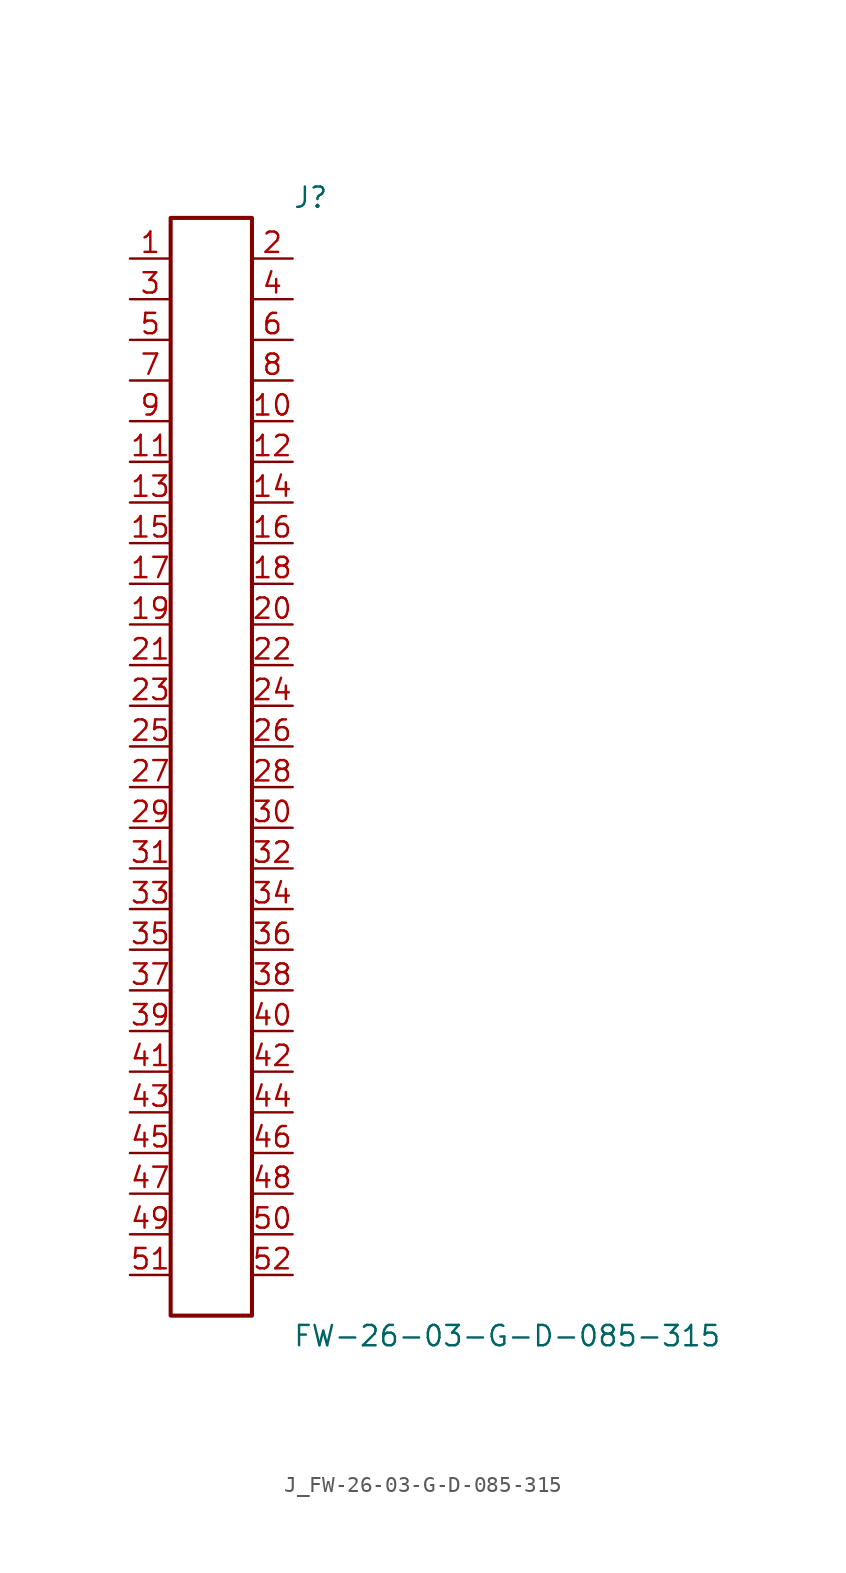
<source format=kicad_sym>
(kicad_symbol_lib
  (version 20231120)
  (generator kicad_symbol_editor)
  (generator_version 8.0)
  (symbol "J_FW-26-03-G-D-085-315"
    (pin_names
      (offset 0.254))
    (property "Reference" "J"
      (at 5.08 35.56 0)
      (effects (font (size 1.27 1.27)) (justify left)))
    (property "Value" "FW-26-03-G-D-085-315"
      (at 5.08 -35.56 0)
      (effects (font (size 1.27 1.27)) (justify left)))
    (symbol "J_FW-26-03-G-D-085-315_0_0"
      (pin unspecified line (at -5.08 31.75 0) (length 2.54) (name "" (effects (font (size 1.27 1.27)))) (number "1" (effects (font (size 1.27 1.27)))))
      (pin unspecified line (at 5.08 31.75 180) (length 2.54) (name "" (effects (font (size 1.27 1.27)))) (number "2" (effects (font (size 1.27 1.27)))))
      (pin unspecified line (at -5.08 29.21 0) (length 2.54) (name "" (effects (font (size 1.27 1.27)))) (number "3" (effects (font (size 1.27 1.27)))))
      (pin unspecified line (at 5.08 29.21 180) (length 2.54) (name "" (effects (font (size 1.27 1.27)))) (number "4" (effects (font (size 1.27 1.27)))))
      (pin unspecified line (at -5.08 26.67 0) (length 2.54) (name "" (effects (font (size 1.27 1.27)))) (number "5" (effects (font (size 1.27 1.27)))))
      (pin unspecified line (at 5.08 26.67 180) (length 2.54) (name "" (effects (font (size 1.27 1.27)))) (number "6" (effects (font (size 1.27 1.27)))))
      (pin unspecified line (at -5.08 24.13 0) (length 2.54) (name "" (effects (font (size 1.27 1.27)))) (number "7" (effects (font (size 1.27 1.27)))))
      (pin unspecified line (at 5.08 24.13 180) (length 2.54) (name "" (effects (font (size 1.27 1.27)))) (number "8" (effects (font (size 1.27 1.27)))))
      (pin unspecified line (at -5.08 21.59 0) (length 2.54) (name "" (effects (font (size 1.27 1.27)))) (number "9" (effects (font (size 1.27 1.27)))))
      (pin unspecified line (at 5.08 21.59 180) (length 2.54) (name "" (effects (font (size 1.27 1.27)))) (number "10" (effects (font (size 1.27 1.27)))))
      (pin unspecified line (at -5.08 19.05 0) (length 2.54) (name "" (effects (font (size 1.27 1.27)))) (number "11" (effects (font (size 1.27 1.27)))))
      (pin unspecified line (at 5.08 19.05 180) (length 2.54) (name "" (effects (font (size 1.27 1.27)))) (number "12" (effects (font (size 1.27 1.27)))))
      (pin unspecified line (at -5.08 16.51 0) (length 2.54) (name "" (effects (font (size 1.27 1.27)))) (number "13" (effects (font (size 1.27 1.27)))))
      (pin unspecified line (at 5.08 16.51 180) (length 2.54) (name "" (effects (font (size 1.27 1.27)))) (number "14" (effects (font (size 1.27 1.27)))))
      (pin unspecified line (at -5.08 13.97 0) (length 2.54) (name "" (effects (font (size 1.27 1.27)))) (number "15" (effects (font (size 1.27 1.27)))))
      (pin unspecified line (at 5.08 13.97 180) (length 2.54) (name "" (effects (font (size 1.27 1.27)))) (number "16" (effects (font (size 1.27 1.27)))))
      (pin unspecified line (at -5.08 11.43 0) (length 2.54) (name "" (effects (font (size 1.27 1.27)))) (number "17" (effects (font (size 1.27 1.27)))))
      (pin unspecified line (at 5.08 11.43 180) (length 2.54) (name "" (effects (font (size 1.27 1.27)))) (number "18" (effects (font (size 1.27 1.27)))))
      (pin unspecified line (at -5.08 8.89 0) (length 2.54) (name "" (effects (font (size 1.27 1.27)))) (number "19" (effects (font (size 1.27 1.27)))))
      (pin unspecified line (at 5.08 8.89 180) (length 2.54) (name "" (effects (font (size 1.27 1.27)))) (number "20" (effects (font (size 1.27 1.27)))))
      (pin unspecified line (at -5.08 6.35 0) (length 2.54) (name "" (effects (font (size 1.27 1.27)))) (number "21" (effects (font (size 1.27 1.27)))))
      (pin unspecified line (at 5.08 6.35 180) (length 2.54) (name "" (effects (font (size 1.27 1.27)))) (number "22" (effects (font (size 1.27 1.27)))))
      (pin unspecified line (at -5.08 3.81 0) (length 2.54) (name "" (effects (font (size 1.27 1.27)))) (number "23" (effects (font (size 1.27 1.27)))))
      (pin unspecified line (at 5.08 3.81 180) (length 2.54) (name "" (effects (font (size 1.27 1.27)))) (number "24" (effects (font (size 1.27 1.27)))))
      (pin unspecified line (at -5.08 1.27 0) (length 2.54) (name "" (effects (font (size 1.27 1.27)))) (number "25" (effects (font (size 1.27 1.27)))))
      (pin unspecified line (at 5.08 1.27 180) (length 2.54) (name "" (effects (font (size 1.27 1.27)))) (number "26" (effects (font (size 1.27 1.27)))))
      (pin unspecified line (at -5.08 -1.27 0) (length 2.54) (name "" (effects (font (size 1.27 1.27)))) (number "27" (effects (font (size 1.27 1.27)))))
      (pin unspecified line (at 5.08 -1.27 180) (length 2.54) (name "" (effects (font (size 1.27 1.27)))) (number "28" (effects (font (size 1.27 1.27)))))
      (pin unspecified line (at -5.08 -3.81 0) (length 2.54) (name "" (effects (font (size 1.27 1.27)))) (number "29" (effects (font (size 1.27 1.27)))))
      (pin unspecified line (at 5.08 -3.81 180) (length 2.54) (name "" (effects (font (size 1.27 1.27)))) (number "30" (effects (font (size 1.27 1.27)))))
      (pin unspecified line (at -5.08 -6.35 0) (length 2.54) (name "" (effects (font (size 1.27 1.27)))) (number "31" (effects (font (size 1.27 1.27)))))
      (pin unspecified line (at 5.08 -6.35 180) (length 2.54) (name "" (effects (font (size 1.27 1.27)))) (number "32" (effects (font (size 1.27 1.27)))))
      (pin unspecified line (at -5.08 -8.89 0) (length 2.54) (name "" (effects (font (size 1.27 1.27)))) (number "33" (effects (font (size 1.27 1.27)))))
      (pin unspecified line (at 5.08 -8.89 180) (length 2.54) (name "" (effects (font (size 1.27 1.27)))) (number "34" (effects (font (size 1.27 1.27)))))
      (pin unspecified line (at -5.08 -11.43 0) (length 2.54) (name "" (effects (font (size 1.27 1.27)))) (number "35" (effects (font (size 1.27 1.27)))))
      (pin unspecified line (at 5.08 -11.43 180) (length 2.54) (name "" (effects (font (size 1.27 1.27)))) (number "36" (effects (font (size 1.27 1.27)))))
      (pin unspecified line (at -5.08 -13.97 0) (length 2.54) (name "" (effects (font (size 1.27 1.27)))) (number "37" (effects (font (size 1.27 1.27)))))
      (pin unspecified line (at 5.08 -13.97 180) (length 2.54) (name "" (effects (font (size 1.27 1.27)))) (number "38" (effects (font (size 1.27 1.27)))))
      (pin unspecified line (at -5.08 -16.51 0) (length 2.54) (name "" (effects (font (size 1.27 1.27)))) (number "39" (effects (font (size 1.27 1.27)))))
      (pin unspecified line (at 5.08 -16.51 180) (length 2.54) (name "" (effects (font (size 1.27 1.27)))) (number "40" (effects (font (size 1.27 1.27)))))
      (pin unspecified line (at -5.08 -19.05 0) (length 2.54) (name "" (effects (font (size 1.27 1.27)))) (number "41" (effects (font (size 1.27 1.27)))))
      (pin unspecified line (at 5.08 -19.05 180) (length 2.54) (name "" (effects (font (size 1.27 1.27)))) (number "42" (effects (font (size 1.27 1.27)))))
      (pin unspecified line (at -5.08 -21.59 0) (length 2.54) (name "" (effects (font (size 1.27 1.27)))) (number "43" (effects (font (size 1.27 1.27)))))
      (pin unspecified line (at 5.08 -21.59 180) (length 2.54) (name "" (effects (font (size 1.27 1.27)))) (number "44" (effects (font (size 1.27 1.27)))))
      (pin unspecified line (at -5.08 -24.13 0) (length 2.54) (name "" (effects (font (size 1.27 1.27)))) (number "45" (effects (font (size 1.27 1.27)))))
      (pin unspecified line (at 5.08 -24.13 180) (length 2.54) (name "" (effects (font (size 1.27 1.27)))) (number "46" (effects (font (size 1.27 1.27)))))
      (pin unspecified line (at -5.08 -26.67 0) (length 2.54) (name "" (effects (font (size 1.27 1.27)))) (number "47" (effects (font (size 1.27 1.27)))))
      (pin unspecified line (at 5.08 -26.67 180) (length 2.54) (name "" (effects (font (size 1.27 1.27)))) (number "48" (effects (font (size 1.27 1.27)))))
      (pin unspecified line (at -5.08 -29.21 0) (length 2.54) (name "" (effects (font (size 1.27 1.27)))) (number "49" (effects (font (size 1.27 1.27)))))
      (pin unspecified line (at 5.08 -29.21 180) (length 2.54) (name "" (effects (font (size 1.27 1.27)))) (number "50" (effects (font (size 1.27 1.27)))))
      (pin unspecified line (at -5.08 -31.75 0) (length 2.54) (name "" (effects (font (size 1.27 1.27)))) (number "51" (effects (font (size 1.27 1.27)))))
      (pin unspecified line (at 5.08 -31.75 180) (length 2.54) (name "" (effects (font (size 1.27 1.27)))) (number "52" (effects (font (size 1.27 1.27))))))
    (symbol "J_FW-26-03-G-D-085-315_1_0"
      (rectangle (start -2.54 34.29) (end 2.54 -34.29) (stroke (width 0.254) (type solid)) (fill (type none))))))
</source>
